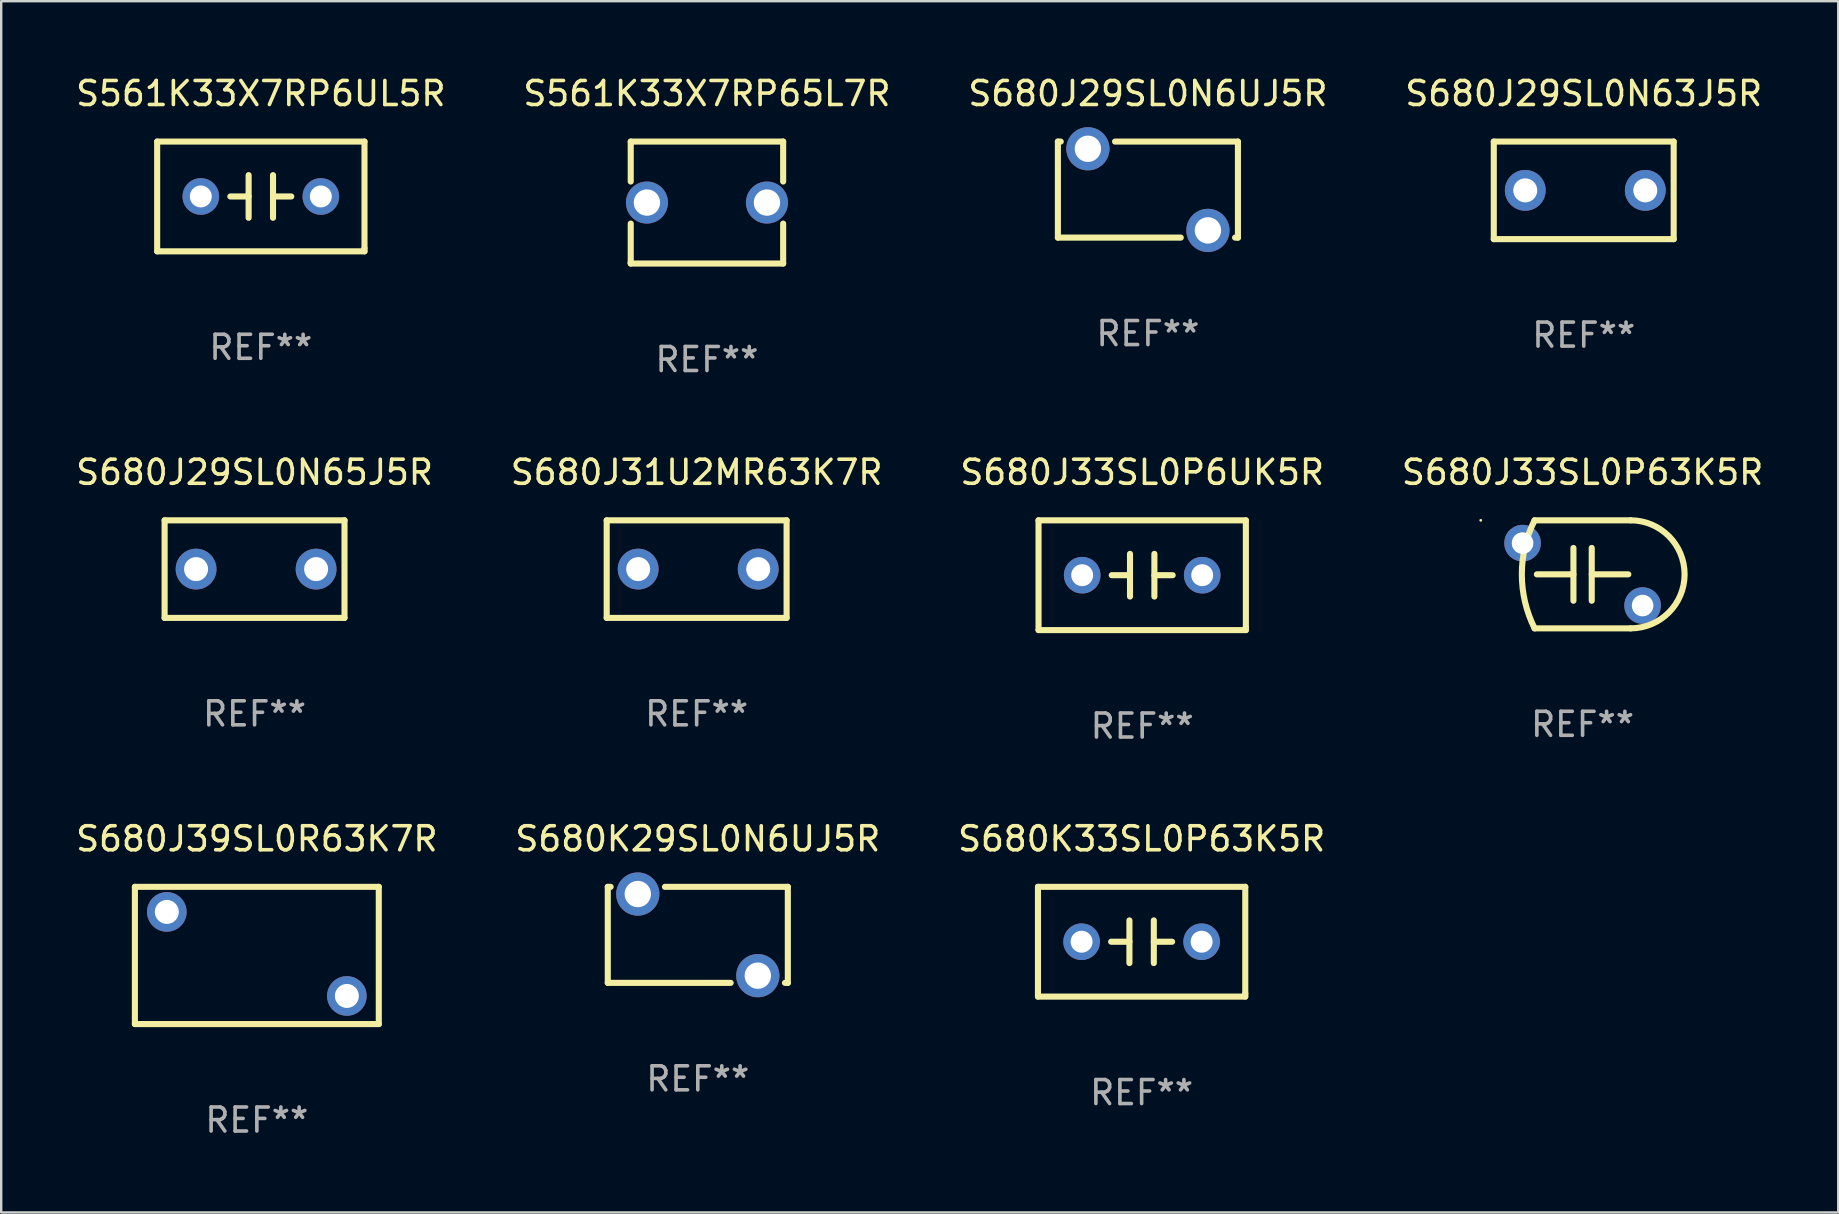
<source format=kicad_pcb>
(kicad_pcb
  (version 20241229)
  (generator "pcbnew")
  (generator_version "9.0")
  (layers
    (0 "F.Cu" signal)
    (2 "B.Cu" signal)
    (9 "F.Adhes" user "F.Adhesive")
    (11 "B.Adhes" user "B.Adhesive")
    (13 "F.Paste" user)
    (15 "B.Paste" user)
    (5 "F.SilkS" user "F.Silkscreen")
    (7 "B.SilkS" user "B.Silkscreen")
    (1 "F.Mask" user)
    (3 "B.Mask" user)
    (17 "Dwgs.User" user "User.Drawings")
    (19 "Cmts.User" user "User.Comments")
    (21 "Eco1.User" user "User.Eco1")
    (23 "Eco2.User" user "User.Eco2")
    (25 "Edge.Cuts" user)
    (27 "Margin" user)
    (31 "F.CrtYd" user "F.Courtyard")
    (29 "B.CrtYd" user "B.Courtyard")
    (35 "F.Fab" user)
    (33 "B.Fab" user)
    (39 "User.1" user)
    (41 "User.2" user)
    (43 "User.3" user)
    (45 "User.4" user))
  (footprint "S680J31U2MR63K7R"
    (layer "F.Cu")
    (at 25.97 20.657)
    (property "Reference" "S680J31U2MR63K7R" (at 0 -4.032 0) (layer "F.SilkS") (effects (font (size 1 1) (thickness 0.15))))
    (attr through_hole)
    (fp_line (start -3.747 -2.032) (end -3.747 2.032) (stroke (width 0.254) (type solid)) (layer "F.SilkS"))
    (fp_line (start -3.747 2.032) (end 3.747 2.032) (stroke (width 0.254) (type solid)) (layer "F.SilkS"))
    (fp_line (start 3.747 -2.032) (end -3.747 -2.032) (stroke (width 0.254) (type solid)) (layer "F.SilkS"))
    (fp_line (start 3.747 2.032) (end 3.747 -2.032) (stroke (width 0.254) (type solid)) (layer "F.SilkS"))
    (fp_circle (center -3.687 2) (end -3.657 2) (stroke (width 0.06) (type solid)) (fill no) (layer "F.SilkS"))
    (fp_text user "REF**" (at 0 6.032 0) (layer "F.Fab") (effects (font (size 1 1) (thickness 0.15))))
    (pad "1" thru_hole circle (at -2.436 0) (size 1.7 1.7) (drill 1) (layers "*.Cu" "*.Mask"))
    (pad "2" thru_hole circle (at 2.564 0) (size 1.7 1.7) (drill 1) (layers "*.Cu" "*.Mask")))
  (footprint "S680J29SL0N65J5R"
    (layer "F.Cu")
    (at 7.554 20.657)
    (property "Reference" "S680J29SL0N65J5R" (at 0 -4.032 0) (layer "F.SilkS") (effects (font (size 1 1) (thickness 0.15))))
    (attr through_hole)
    (fp_line (start -3.747 -2.032) (end -3.747 2.032) (stroke (width 0.254) (type solid)) (layer "F.SilkS"))
    (fp_line (start -3.747 2.032) (end 3.747 2.032) (stroke (width 0.254) (type solid)) (layer "F.SilkS"))
    (fp_line (start 3.747 -2.032) (end -3.747 -2.032) (stroke (width 0.254) (type solid)) (layer "F.SilkS"))
    (fp_line (start 3.747 2.032) (end 3.747 -2.032) (stroke (width 0.254) (type solid)) (layer "F.SilkS"))
    (fp_circle (center -3.687 2) (end -3.657 2) (stroke (width 0.06) (type solid)) (fill no) (layer "F.SilkS"))
    (fp_text user "REF**" (at 0 6.032 0) (layer "F.Fab") (effects (font (size 1 1) (thickness 0.15))))
    (pad "1" thru_hole circle (at -2.436 0) (size 1.7 1.7) (drill 1) (layers "*.Cu" "*.Mask"))
    (pad "2" thru_hole circle (at 2.564 0) (size 1.7 1.7) (drill 1) (layers "*.Cu" "*.Mask")))
  (footprint "S561K33X7RP65L7R"
    (layer "F.Cu")
    (at 26.399 5.388)
    (property "Reference" "S561K33X7RP65L7R" (at 0 -4.54 0) (layer "F.SilkS") (effects (font (size 1 1) (thickness 0.15))))
    (attr through_hole)
    (fp_line (start -3.175 -2.54) (end -3.175 -0.876) (stroke (width 0.254) (type solid)) (layer "F.SilkS"))
    (fp_line (start -3.175 0.876) (end -3.175 2.54) (stroke (width 0.254) (type solid)) (layer "F.SilkS"))
    (fp_line (start -3.175 2.54) (end 3.175 2.54) (stroke (width 0.254) (type solid)) (layer "F.SilkS"))
    (fp_line (start 3.175 -2.54) (end -3.175 -2.54) (stroke (width 0.254) (type solid)) (layer "F.SilkS"))
    (fp_line (start 3.175 -0.876) (end 3.175 -2.54) (stroke (width 0.254) (type solid)) (layer "F.SilkS"))
    (fp_line (start 3.175 2.54) (end 3.175 0.876) (stroke (width 0.254) (type solid)) (layer "F.SilkS"))
    (fp_circle (center -3.25 2.5) (end -3.22 2.5) (stroke (width 0.06) (type solid)) (fill no) (layer "F.SilkS"))
    (fp_text user "REF**" (at 0 6.54 0) (layer "F.Fab") (effects (font (size 1 1) (thickness 0.15))))
    (pad "1" thru_hole circle (at -2.5 0) (size 1.75 1.75) (drill 1.1) (layers "*.Cu" "*.Mask"))
    (pad "2" thru_hole circle (at 2.5 0) (size 1.75 1.75) (drill 1.1) (layers "*.Cu" "*.Mask")))
  (footprint "S680J33SL0P63K5R"
    (layer "F.Cu")
    (at 62.875 20.875)
    (property "Reference" "S680J33SL0P63K5R" (at 0 -4.25 0) (layer "F.SilkS") (effects (font (size 1 1) (thickness 0.15))))
    (attr through_hole)
    (fp_line (start -2 -2.25) (end 2 -2.25) (stroke (width 0.254) (type solid)) (layer "F.SilkS"))
    (fp_line (start -0.383 0) (end -1.905 0) (stroke (width 0.254) (type solid)) (layer "F.SilkS"))
    (fp_line (start -0.381 -1.1) (end -0.381 1.1) (stroke (width 0.254) (type solid)) (layer "F.SilkS"))
    (fp_line (start 0.381 1.1) (end 0.381 -1.1) (stroke (width 0.254) (type solid)) (layer "F.SilkS"))
    (fp_line (start 0.383 0) (end 1.905 0) (stroke (width 0.254) (type solid)) (layer "F.SilkS"))
    (fp_line (start 2 2.25) (end -2 2.25) (stroke (width 0.254) (type solid)) (layer "F.SilkS"))
    (fp_arc (start -1.999112 2.250444) (mid -2.530664 0.000335) (end -2.000127 -2.250013) (stroke (width 0.254001) (type solid)) (layer "F.SilkS"))
    (fp_arc (start 1.998858 -2.250445) (mid 4.249099 -0.000723) (end 1.999873 2.250013) (stroke (width 0.254001) (type solid)) (layer "F.SilkS"))
    (fp_circle (center -4.242 -2.25) (end -4.212 -2.25) (stroke (width 0.06) (type solid)) (fill no) (layer "F.SilkS"))
    (fp_text user "REF**" (at 0 6.25 0) (layer "F.Fab") (effects (font (size 1 1) (thickness 0.15))))
    (pad "1" thru_hole circle (at -2.5 -1.3) (size 1.524 1.524) (drill 0.9) (layers "*.Cu" "*.Mask"))
    (pad "2" thru_hole circle (at 2.5 1.3) (size 1.524 1.524) (drill 0.9) (layers "*.Cu" "*.Mask")))
  (footprint "S680J33SL0P6UK5R"
    (layer "F.Cu")
    (at 44.53 20.911)
    (property "Reference" "S680J33SL0P6UK5R" (at 0 -4.286 0) (layer "F.SilkS") (effects (font (size 1 1) (thickness 0.15))))
    (attr through_hole)
    (fp_line (start -4.318 -2.286) (end 4.318 -2.286) (stroke (width 0.254) (type solid)) (layer "F.SilkS"))
    (fp_line (start -4.318 2.286) (end -4.318 -2.286) (stroke (width 0.254) (type solid)) (layer "F.SilkS"))
    (fp_line (start -0.508 0) (end -1.27 0) (stroke (width 0.254) (type solid)) (layer "F.SilkS"))
    (fp_line (start -0.508 0.889) (end -0.508 -0.889) (stroke (width 0.254) (type solid)) (layer "F.SilkS"))
    (fp_line (start 0.508 -0.889) (end 0.508 0.889) (stroke (width 0.254) (type solid)) (layer "F.SilkS"))
    (fp_line (start 0.508 0) (end 1.27 0) (stroke (width 0.254) (type solid)) (layer "F.SilkS"))
    (fp_line (start 4.318 -2.286) (end 4.318 2.159) (stroke (width 0.254) (type solid)) (layer "F.SilkS"))
    (fp_line (start 4.318 2.286) (end -4.318 2.286) (stroke (width 0.254) (type solid)) (layer "F.SilkS"))
    (fp_line (start 4.318 2.286) (end 4.318 2.159) (stroke (width 0.254) (type solid)) (layer "F.SilkS"))
    (fp_circle (center -4.25 2.25) (end -4.22 2.25) (stroke (width 0.06) (type solid)) (fill no) (layer "F.SilkS"))
    (fp_text user "REF**" (at 0 6.286 0) (layer "F.Fab") (effects (font (size 1 1) (thickness 0.15))))
    (pad "1" thru_hole circle (at -2.5 0) (size 1.524 1.524) (drill 0.914) (layers "*.Cu" "*.Mask"))
    (pad "2" thru_hole circle (at 2.5 0) (size 1.524 1.524) (drill 0.914) (layers "*.Cu" "*.Mask")))
  (footprint "S680J39SL0R63K7R"
    (layer "F.Cu")
    (at 7.649 36.751)
    (property "Reference" "S680J39SL0R63K7R" (at 0 -4.858 0) (layer "F.SilkS") (effects (font (size 1 1) (thickness 0.15))))
    (attr through_hole)
    (fp_line (start -5.08 -2.858) (end 5.08 -2.858) (stroke (width 0.254) (type solid)) (layer "F.SilkS"))
    (fp_line (start -5.08 2.858) (end -5.08 -2.858) (stroke (width 0.254) (type solid)) (layer "F.SilkS"))
    (fp_line (start 5.08 -2.858) (end 5.08 2.858) (stroke (width 0.254) (type solid)) (layer "F.SilkS"))
    (fp_line (start 5.08 2.858) (end -5.08 2.858) (stroke (width 0.254) (type solid)) (layer "F.SilkS"))
    (fp_circle (center -5 -2.814) (end -4.97 -2.814) (stroke (width 0.06) (type solid)) (fill no) (layer "F.SilkS"))
    (fp_text user "REF**" (at 0 6.858 0) (layer "F.Fab") (effects (font (size 1 1) (thickness 0.15))))
    (pad "1" thru_hole circle (at -3.75 -1.814) (size 1.65 1.65) (drill 1) (layers "*.Cu" "*.Mask"))
    (pad "2" thru_hole circle (at 3.75 1.687) (size 1.65 1.65) (drill 1) (layers "*.Cu" "*.Mask")))
  (footprint "S680J29SL0N63J5R"
    (layer "F.Cu")
    (at 62.923 4.88)
    (property "Reference" "S680J29SL0N63J5R" (at 0 -4.032 0) (layer "F.SilkS") (effects (font (size 1 1) (thickness 0.15))))
    (attr through_hole)
    (fp_line (start -3.747 -2.032) (end -3.747 2.032) (stroke (width 0.254) (type solid)) (layer "F.SilkS"))
    (fp_line (start -3.747 2.032) (end 3.747 2.032) (stroke (width 0.254) (type solid)) (layer "F.SilkS"))
    (fp_line (start 3.747 -2.032) (end -3.747 -2.032) (stroke (width 0.254) (type solid)) (layer "F.SilkS"))
    (fp_line (start 3.747 2.032) (end 3.747 -2.032) (stroke (width 0.254) (type solid)) (layer "F.SilkS"))
    (fp_circle (center -3.687 2) (end -3.657 2) (stroke (width 0.06) (type solid)) (fill no) (layer "F.SilkS"))
    (fp_text user "REF**" (at 0 6.032 0) (layer "F.Fab") (effects (font (size 1 1) (thickness 0.15))))
    (pad "1" thru_hole circle (at -2.436 0) (size 1.7 1.7) (drill 1) (layers "*.Cu" "*.Mask"))
    (pad "2" thru_hole circle (at 2.564 0) (size 1.7 1.7) (drill 1) (layers "*.Cu" "*.Mask")))
  (footprint "S680K29SL0N6UJ5R"
    (layer "F.Cu")
    (at 26.018 35.893)
    (property "Reference" "S680K29SL0N6UJ5R" (at 0 -4 0) (layer "F.SilkS") (effects (font (size 1 1) (thickness 0.15))))
    (attr through_hole)
    (fp_line (start -3.75 -2) (end -3.631 -2) (stroke (width 0.254) (type solid)) (layer "F.SilkS"))
    (fp_line (start -3.75 2) (end -3.75 -2) (stroke (width 0.254) (type solid)) (layer "F.SilkS"))
    (fp_line (start -1.369 -2) (end 3.75 -2) (stroke (width 0.254) (type solid)) (layer "F.SilkS"))
    (fp_line (start 1.369 2) (end -3.75 2) (stroke (width 0.254) (type solid)) (layer "F.SilkS"))
    (fp_line (start 3.75 -2) (end 3.75 2) (stroke (width 0.254) (type solid)) (layer "F.SilkS"))
    (fp_line (start 3.75 2) (end 3.631 2) (stroke (width 0.254) (type solid)) (layer "F.SilkS"))
    (fp_circle (center -3.75 -2) (end -3.72 -2) (stroke (width 0.06) (type solid)) (fill no) (layer "F.SilkS"))
    (fp_text user "REF**" (at 0 6 0) (layer "F.Fab") (effects (font (size 1 1) (thickness 0.15))))
    (pad "1" thru_hole circle (at -2.5 -1.7) (size 1.8 1.8) (drill 1.1) (layers "*.Cu" "*.Mask"))
    (pad "2" thru_hole circle (at 2.5 1.7) (size 1.8 1.8) (drill 1.1) (layers "*.Cu" "*.Mask")))
  (footprint "S561K33X7RP6UL5R"
    (layer "F.Cu")
    (at 7.815 5.134)
    (property "Reference" "S561K33X7RP6UL5R" (at 0 -4.286 0) (layer "F.SilkS") (effects (font (size 1 1) (thickness 0.15))))
    (attr through_hole)
    (fp_line (start -4.318 -2.286) (end 4.318 -2.286) (stroke (width 0.254) (type solid)) (layer "F.SilkS"))
    (fp_line (start -4.318 2.286) (end -4.318 -2.286) (stroke (width 0.254) (type solid)) (layer "F.SilkS"))
    (fp_line (start -0.508 0) (end -1.27 0) (stroke (width 0.254) (type solid)) (layer "F.SilkS"))
    (fp_line (start -0.508 0.889) (end -0.508 -0.889) (stroke (width 0.254) (type solid)) (layer "F.SilkS"))
    (fp_line (start 0.508 -0.889) (end 0.508 0.889) (stroke (width 0.254) (type solid)) (layer "F.SilkS"))
    (fp_line (start 0.508 0) (end 1.27 0) (stroke (width 0.254) (type solid)) (layer "F.SilkS"))
    (fp_line (start 4.318 -2.286) (end 4.318 2.159) (stroke (width 0.254) (type solid)) (layer "F.SilkS"))
    (fp_line (start 4.318 2.286) (end -4.318 2.286) (stroke (width 0.254) (type solid)) (layer "F.SilkS"))
    (fp_line (start 4.318 2.286) (end 4.318 2.159) (stroke (width 0.254) (type solid)) (layer "F.SilkS"))
    (fp_circle (center -4.25 2.25) (end -4.22 2.25) (stroke (width 0.06) (type solid)) (fill no) (layer "F.SilkS"))
    (fp_text user "REF**" (at 0 6.286 0) (layer "F.Fab") (effects (font (size 1 1) (thickness 0.15))))
    (pad "1" thru_hole circle (at -2.5 0) (size 1.524 1.524) (drill 0.914) (layers "*.Cu" "*.Mask"))
    (pad "2" thru_hole circle (at 2.5 0) (size 1.524 1.524) (drill 0.914) (layers "*.Cu" "*.Mask")))
  (footprint "S680K33SL0P63K5R"
    (layer "F.Cu")
    (at 44.506 36.179)
    (property "Reference" "S680K33SL0P63K5R" (at 0 -4.286 0) (layer "F.SilkS") (effects (font (size 1 1) (thickness 0.15))))
    (attr through_hole)
    (fp_line (start -4.318 -2.286) (end 4.318 -2.286) (stroke (width 0.254) (type solid)) (layer "F.SilkS"))
    (fp_line (start -4.318 2.286) (end -4.318 -2.286) (stroke (width 0.254) (type solid)) (layer "F.SilkS"))
    (fp_line (start -0.508 0) (end -1.27 0) (stroke (width 0.254) (type solid)) (layer "F.SilkS"))
    (fp_line (start -0.508 0.889) (end -0.508 -0.889) (stroke (width 0.254) (type solid)) (layer "F.SilkS"))
    (fp_line (start 0.508 -0.889) (end 0.508 0.889) (stroke (width 0.254) (type solid)) (layer "F.SilkS"))
    (fp_line (start 0.508 0) (end 1.27 0) (stroke (width 0.254) (type solid)) (layer "F.SilkS"))
    (fp_line (start 4.318 -2.286) (end 4.318 2.159) (stroke (width 0.254) (type solid)) (layer "F.SilkS"))
    (fp_line (start 4.318 2.286) (end -4.318 2.286) (stroke (width 0.254) (type solid)) (layer "F.SilkS"))
    (fp_line (start 4.318 2.286) (end 4.318 2.159) (stroke (width 0.254) (type solid)) (layer "F.SilkS"))
    (fp_circle (center -4.25 2.25) (end -4.22 2.25) (stroke (width 0.06) (type solid)) (fill no) (layer "F.SilkS"))
    (fp_text user "REF**" (at 0 6.286 0) (layer "F.Fab") (effects (font (size 1 1) (thickness 0.15))))
    (pad "1" thru_hole circle (at -2.5 0) (size 1.524 1.524) (drill 0.914) (layers "*.Cu" "*.Mask"))
    (pad "2" thru_hole circle (at 2.5 0) (size 1.524 1.524) (drill 0.914) (layers "*.Cu" "*.Mask")))
  (footprint "S680J29SL0N6UJ5R"
    (layer "F.Cu")
    (at 44.768 4.848)
    (property "Reference" "S680J29SL0N6UJ5R" (at 0 -4 0) (layer "F.SilkS") (effects (font (size 1 1) (thickness 0.15))))
    (attr through_hole)
    (fp_line (start -3.75 -2) (end -3.631 -2) (stroke (width 0.254) (type solid)) (layer "F.SilkS"))
    (fp_line (start -3.75 2) (end -3.75 -2) (stroke (width 0.254) (type solid)) (layer "F.SilkS"))
    (fp_line (start -1.369 -2) (end 3.75 -2) (stroke (width 0.254) (type solid)) (layer "F.SilkS"))
    (fp_line (start 1.369 2) (end -3.75 2) (stroke (width 0.254) (type solid)) (layer "F.SilkS"))
    (fp_line (start 3.75 -2) (end 3.75 2) (stroke (width 0.254) (type solid)) (layer "F.SilkS"))
    (fp_line (start 3.75 2) (end 3.631 2) (stroke (width 0.254) (type solid)) (layer "F.SilkS"))
    (fp_circle (center -3.75 -2) (end -3.72 -2) (stroke (width 0.06) (type solid)) (fill no) (layer "F.SilkS"))
    (fp_text user "REF**" (at 0 6 0) (layer "F.Fab") (effects (font (size 1 1) (thickness 0.15))))
    (pad "1" thru_hole circle (at -2.5 -1.7) (size 1.8 1.8) (drill 1.1) (layers "*.Cu" "*.Mask"))
    (pad "2" thru_hole circle (at 2.5 1.7) (size 1.8 1.8) (drill 1.1) (layers "*.Cu" "*.Mask")))
  (gr_rect
    (start -3 -3)
    (end 73.524 47.457)
    (stroke (width 0.1) (type default))
    (fill no)
    (layer "Edge.Cuts")))
</source>
